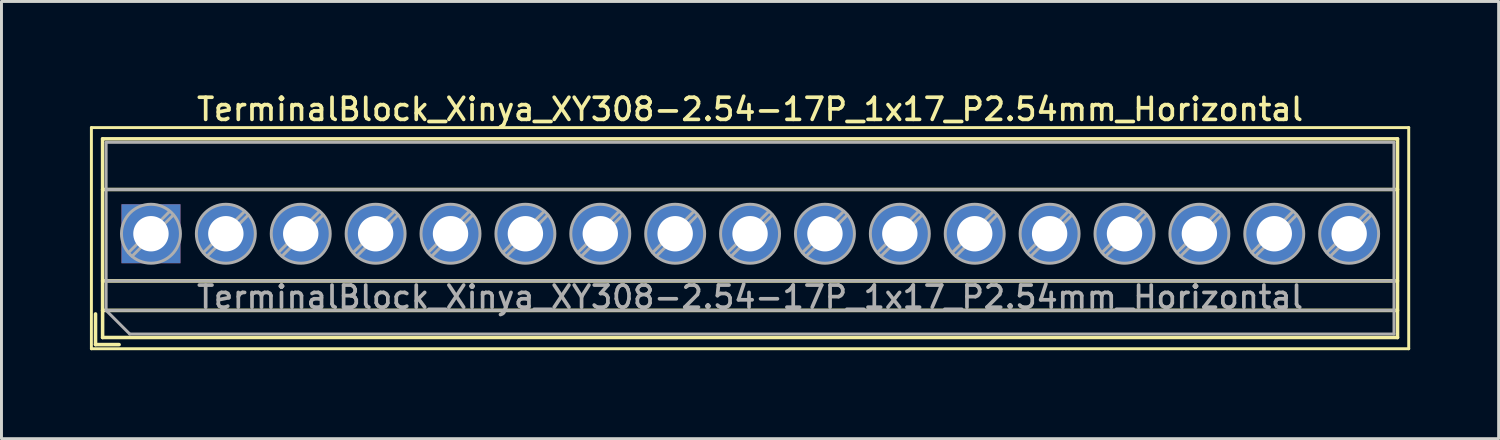
<source format=kicad_pcb>
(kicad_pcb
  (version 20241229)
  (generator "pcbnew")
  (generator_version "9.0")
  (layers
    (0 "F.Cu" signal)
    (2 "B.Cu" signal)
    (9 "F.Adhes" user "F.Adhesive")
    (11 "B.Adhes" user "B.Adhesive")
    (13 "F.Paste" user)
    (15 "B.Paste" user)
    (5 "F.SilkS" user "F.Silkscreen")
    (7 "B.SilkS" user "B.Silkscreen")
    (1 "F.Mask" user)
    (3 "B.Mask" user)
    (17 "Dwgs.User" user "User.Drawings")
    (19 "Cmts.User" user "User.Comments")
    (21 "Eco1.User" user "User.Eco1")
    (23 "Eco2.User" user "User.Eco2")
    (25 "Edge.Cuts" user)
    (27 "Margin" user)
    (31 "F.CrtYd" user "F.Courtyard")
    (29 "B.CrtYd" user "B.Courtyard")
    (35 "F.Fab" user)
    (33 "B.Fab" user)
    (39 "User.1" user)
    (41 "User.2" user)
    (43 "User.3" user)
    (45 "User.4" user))
  (footprint "TerminalBlock_Xinya_XY308-2.54-17P_1x17_P2.54mm_Horizontal"
    (layer "F.Cu")
    (at 2.07 4.878)
    (property "Reference" "TerminalBlock_Xinya_XY308-2.54-17P_1x17_P2.54mm_Horizontal" (at 20.32 -4.22 0) (layer "F.SilkS") (effects (font (size 0.75 0.75) (thickness 0.125))))
    (attr through_hole)
    (fp_line (start -2.02 -3.6) (end -2.02 3.9) (stroke (width 0.1) (type solid)) (layer "F.SilkS"))
    (fp_line (start -2.02 3.9) (end 42.66 3.9) (stroke (width 0.1) (type solid)) (layer "F.SilkS"))
    (fp_line (start -1.88 2.72) (end -1.88 3.76) (stroke (width 0.12) (type solid)) (layer "F.SilkS"))
    (fp_line (start -1.88 3.76) (end -1.08 3.76) (stroke (width 0.12) (type solid)) (layer "F.SilkS"))
    (fp_line (start -1.64 -3.22) (end -1.64 3.52) (stroke (width 0.12) (type solid)) (layer "F.SilkS"))
    (fp_line (start -1.64 -3.22) (end 42.28 -3.22) (stroke (width 0.12) (type solid)) (layer "F.SilkS"))
    (fp_line (start -1.64 -1.501) (end 42.28 -1.501) (stroke (width 0.12) (type solid)) (layer "F.SilkS"))
    (fp_line (start -1.64 1.6) (end 42.28 1.6) (stroke (width 0.12) (type solid)) (layer "F.SilkS"))
    (fp_line (start -1.64 2.6) (end 42.28 2.6) (stroke (width 0.12) (type solid)) (layer "F.SilkS"))
    (fp_line (start -1.64 3.52) (end 42.28 3.52) (stroke (width 0.12) (type solid)) (layer "F.SilkS"))
    (fp_line (start 42.28 -3.22) (end 42.28 3.52) (stroke (width 0.12) (type solid)) (layer "F.SilkS"))
    (fp_line (start 42.66 -3.6) (end -2.02 -3.6) (stroke (width 0.1) (type solid)) (layer "F.SilkS"))
    (fp_line (start 42.66 3.9) (end 42.66 -3.6) (stroke (width 0.1) (type solid)) (layer "F.SilkS"))
    (fp_line (start -1.52 -3.1) (end 42.16 -3.1) (stroke (width 0.1) (type solid)) (layer "F.Fab"))
    (fp_line (start -1.52 -1.5) (end 42.16 -1.5) (stroke (width 0.1) (type solid)) (layer "F.Fab"))
    (fp_line (start -1.52 1.6) (end 42.16 1.6) (stroke (width 0.1) (type solid)) (layer "F.Fab"))
    (fp_line (start -1.52 2.6) (end -1.52 -3.1) (stroke (width 0.1) (type solid)) (layer "F.Fab"))
    (fp_line (start -1.52 2.6) (end 42.16 2.6) (stroke (width 0.1) (type solid)) (layer "F.Fab"))
    (fp_line (start -0.72 3.4) (end -1.52 2.6) (stroke (width 0.1) (type solid)) (layer "F.Fab"))
    (fp_line (start 0.637 -0.759) (end -0.759 0.637) (stroke (width 0.1) (type solid)) (layer "F.Fab"))
    (fp_line (start 0.759 -0.637) (end -0.637 0.759) (stroke (width 0.1) (type solid)) (layer "F.Fab"))
    (fp_line (start 3.177 -0.759) (end 1.782 0.637) (stroke (width 0.1) (type solid)) (layer "F.Fab"))
    (fp_line (start 3.299 -0.637) (end 1.904 0.759) (stroke (width 0.1) (type solid)) (layer "F.Fab"))
    (fp_line (start 5.717 -0.759) (end 4.322 0.637) (stroke (width 0.1) (type solid)) (layer "F.Fab"))
    (fp_line (start 5.839 -0.637) (end 4.444 0.759) (stroke (width 0.1) (type solid)) (layer "F.Fab"))
    (fp_line (start 8.257 -0.759) (end 6.862 0.637) (stroke (width 0.1) (type solid)) (layer "F.Fab"))
    (fp_line (start 8.379 -0.637) (end 6.984 0.759) (stroke (width 0.1) (type solid)) (layer "F.Fab"))
    (fp_line (start 10.797 -0.759) (end 9.402 0.637) (stroke (width 0.1) (type solid)) (layer "F.Fab"))
    (fp_line (start 10.919 -0.637) (end 9.524 0.759) (stroke (width 0.1) (type solid)) (layer "F.Fab"))
    (fp_line (start 13.337 -0.759) (end 11.942 0.637) (stroke (width 0.1) (type solid)) (layer "F.Fab"))
    (fp_line (start 13.459 -0.637) (end 12.064 0.759) (stroke (width 0.1) (type solid)) (layer "F.Fab"))
    (fp_line (start 15.877 -0.759) (end 14.482 0.637) (stroke (width 0.1) (type solid)) (layer "F.Fab"))
    (fp_line (start 15.999 -0.637) (end 14.604 0.759) (stroke (width 0.1) (type solid)) (layer "F.Fab"))
    (fp_line (start 18.417 -0.759) (end 17.022 0.637) (stroke (width 0.1) (type solid)) (layer "F.Fab"))
    (fp_line (start 18.539 -0.637) (end 17.144 0.759) (stroke (width 0.1) (type solid)) (layer "F.Fab"))
    (fp_line (start 20.957 -0.759) (end 19.562 0.637) (stroke (width 0.1) (type solid)) (layer "F.Fab"))
    (fp_line (start 21.079 -0.637) (end 19.684 0.759) (stroke (width 0.1) (type solid)) (layer "F.Fab"))
    (fp_line (start 23.497 -0.759) (end 22.102 0.637) (stroke (width 0.1) (type solid)) (layer "F.Fab"))
    (fp_line (start 23.619 -0.637) (end 22.224 0.759) (stroke (width 0.1) (type solid)) (layer "F.Fab"))
    (fp_line (start 26.037 -0.759) (end 24.642 0.637) (stroke (width 0.1) (type solid)) (layer "F.Fab"))
    (fp_line (start 26.159 -0.637) (end 24.764 0.759) (stroke (width 0.1) (type solid)) (layer "F.Fab"))
    (fp_line (start 28.577 -0.759) (end 27.182 0.637) (stroke (width 0.1) (type solid)) (layer "F.Fab"))
    (fp_line (start 28.699 -0.637) (end 27.304 0.759) (stroke (width 0.1) (type solid)) (layer "F.Fab"))
    (fp_line (start 31.117 -0.759) (end 29.722 0.637) (stroke (width 0.1) (type solid)) (layer "F.Fab"))
    (fp_line (start 31.239 -0.637) (end 29.844 0.759) (stroke (width 0.1) (type solid)) (layer "F.Fab"))
    (fp_line (start 33.657 -0.759) (end 32.262 0.637) (stroke (width 0.1) (type solid)) (layer "F.Fab"))
    (fp_line (start 33.779 -0.637) (end 32.384 0.759) (stroke (width 0.1) (type solid)) (layer "F.Fab"))
    (fp_line (start 36.197 -0.759) (end 34.802 0.637) (stroke (width 0.1) (type solid)) (layer "F.Fab"))
    (fp_line (start 36.319 -0.637) (end 34.924 0.759) (stroke (width 0.1) (type solid)) (layer "F.Fab"))
    (fp_line (start 38.737 -0.759) (end 37.342 0.637) (stroke (width 0.1) (type solid)) (layer "F.Fab"))
    (fp_line (start 38.859 -0.637) (end 37.464 0.759) (stroke (width 0.1) (type solid)) (layer "F.Fab"))
    (fp_line (start 41.277 -0.759) (end 39.882 0.637) (stroke (width 0.1) (type solid)) (layer "F.Fab"))
    (fp_line (start 41.399 -0.637) (end 40.004 0.759) (stroke (width 0.1) (type solid)) (layer "F.Fab"))
    (fp_line (start 42.16 -3.1) (end 42.16 3.4) (stroke (width 0.1) (type solid)) (layer "F.Fab"))
    (fp_line (start 42.16 3.4) (end -0.72 3.4) (stroke (width 0.1) (type solid)) (layer "F.Fab"))
    (fp_circle (center 0 0) (end 1 0) (stroke (width 0.1) (type solid)) (fill no) (layer "F.Fab"))
    (fp_circle (center 2.54 0) (end 3.54 0) (stroke (width 0.1) (type solid)) (fill no) (layer "F.Fab"))
    (fp_circle (center 5.08 0) (end 6.08 0) (stroke (width 0.1) (type solid)) (fill no) (layer "F.Fab"))
    (fp_circle (center 7.62 0) (end 8.62 0) (stroke (width 0.1) (type solid)) (fill no) (layer "F.Fab"))
    (fp_circle (center 10.16 0) (end 11.16 0) (stroke (width 0.1) (type solid)) (fill no) (layer "F.Fab"))
    (fp_circle (center 12.7 0) (end 13.7 0) (stroke (width 0.1) (type solid)) (fill no) (layer "F.Fab"))
    (fp_circle (center 15.24 0) (end 16.24 0) (stroke (width 0.1) (type solid)) (fill no) (layer "F.Fab"))
    (fp_circle (center 17.78 0) (end 18.78 0) (stroke (width 0.1) (type solid)) (fill no) (layer "F.Fab"))
    (fp_circle (center 20.32 0) (end 21.32 0) (stroke (width 0.1) (type solid)) (fill no) (layer "F.Fab"))
    (fp_circle (center 22.86 0) (end 23.86 0) (stroke (width 0.1) (type solid)) (fill no) (layer "F.Fab"))
    (fp_circle (center 25.4 0) (end 26.4 0) (stroke (width 0.1) (type solid)) (fill no) (layer "F.Fab"))
    (fp_circle (center 27.94 0) (end 28.94 0) (stroke (width 0.1) (type solid)) (fill no) (layer "F.Fab"))
    (fp_circle (center 30.48 0) (end 31.48 0) (stroke (width 0.1) (type solid)) (fill no) (layer "F.Fab"))
    (fp_circle (center 33.02 0) (end 34.02 0) (stroke (width 0.1) (type solid)) (fill no) (layer "F.Fab"))
    (fp_circle (center 35.56 0) (end 36.56 0) (stroke (width 0.1) (type solid)) (fill no) (layer "F.Fab"))
    (fp_circle (center 38.1 0) (end 39.1 0) (stroke (width 0.1) (type solid)) (fill no) (layer "F.Fab"))
    (fp_circle (center 40.64 0) (end 41.64 0) (stroke (width 0.1) (type solid)) (fill no) (layer "F.Fab"))
    (fp_text user "${REFERENCE}" (at 20.32 2.15 0) (layer "F.Fab") (effects (font (size 0.75 0.75) (thickness 0.125))))
    (pad "1" thru_hole rect (at 0 0) (size 2 2) (drill 1.2) (layers "*.Cu" "*.Mask"))
    (pad "2" thru_hole circle (at 2.54 0) (size 2 2) (drill 1.2) (layers "*.Cu" "*.Mask"))
    (pad "3" thru_hole circle (at 5.08 0) (size 2 2) (drill 1.2) (layers "*.Cu" "*.Mask"))
    (pad "4" thru_hole circle (at 7.62 0) (size 2 2) (drill 1.2) (layers "*.Cu" "*.Mask"))
    (pad "5" thru_hole circle (at 10.16 0) (size 2 2) (drill 1.2) (layers "*.Cu" "*.Mask"))
    (pad "6" thru_hole circle (at 12.7 0) (size 2 2) (drill 1.2) (layers "*.Cu" "*.Mask"))
    (pad "7" thru_hole circle (at 15.24 0) (size 2 2) (drill 1.2) (layers "*.Cu" "*.Mask"))
    (pad "8" thru_hole circle (at 17.78 0) (size 2 2) (drill 1.2) (layers "*.Cu" "*.Mask"))
    (pad "9" thru_hole circle (at 20.32 0) (size 2 2) (drill 1.2) (layers "*.Cu" "*.Mask"))
    (pad "10" thru_hole circle (at 22.86 0) (size 2 2) (drill 1.2) (layers "*.Cu" "*.Mask"))
    (pad "11" thru_hole circle (at 25.4 0) (size 2 2) (drill 1.2) (layers "*.Cu" "*.Mask"))
    (pad "12" thru_hole circle (at 27.94 0) (size 2 2) (drill 1.2) (layers "*.Cu" "*.Mask"))
    (pad "13" thru_hole circle (at 30.48 0) (size 2 2) (drill 1.2) (layers "*.Cu" "*.Mask"))
    (pad "14" thru_hole circle (at 33.02 0) (size 2 2) (drill 1.2) (layers "*.Cu" "*.Mask"))
    (pad "15" thru_hole circle (at 35.56 0) (size 2 2) (drill 1.2) (layers "*.Cu" "*.Mask"))
    (pad "16" thru_hole circle (at 38.1 0) (size 2 2) (drill 1.2) (layers "*.Cu" "*.Mask"))
    (pad "17" thru_hole circle (at 40.64 0) (size 2 2) (drill 1.2) (layers "*.Cu" "*.Mask")))
  (gr_rect
    (start -3 -3)
    (end 47.78 11.828)
    (stroke (width 0.1) (type default))
    (fill no)
    (layer "Edge.Cuts")))
</source>
